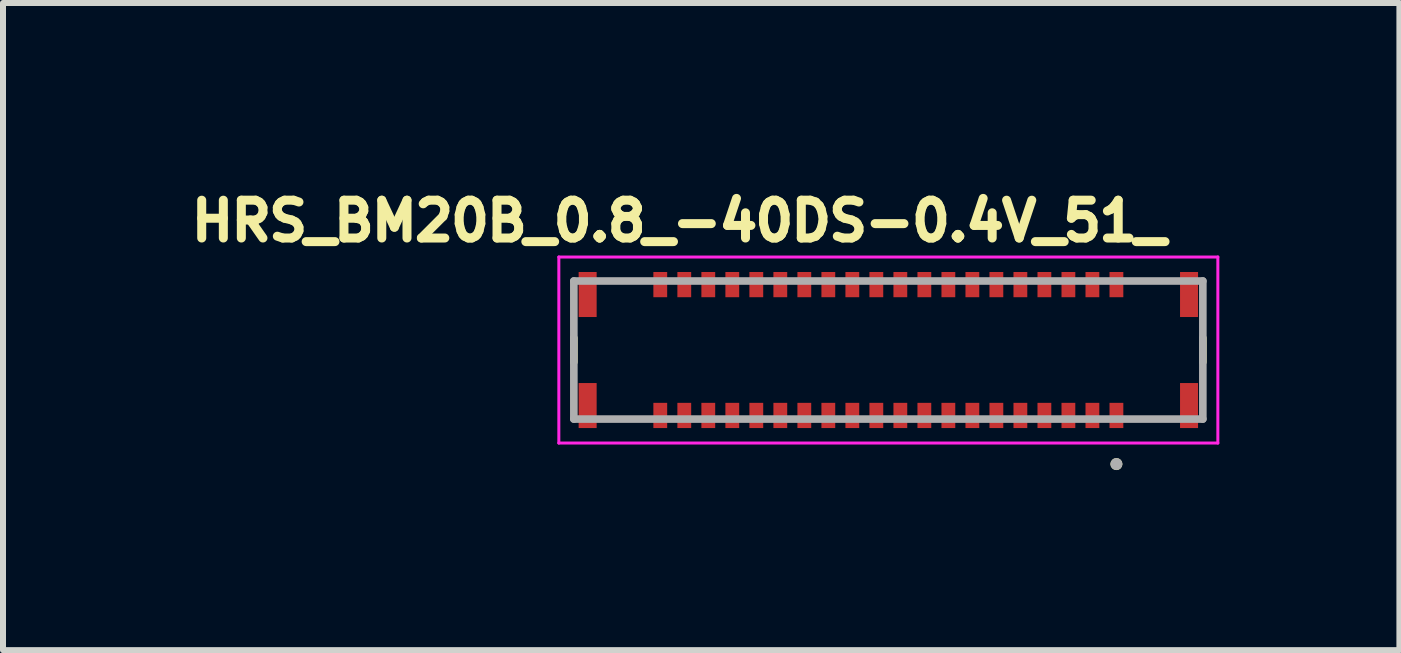
<source format=kicad_pcb>
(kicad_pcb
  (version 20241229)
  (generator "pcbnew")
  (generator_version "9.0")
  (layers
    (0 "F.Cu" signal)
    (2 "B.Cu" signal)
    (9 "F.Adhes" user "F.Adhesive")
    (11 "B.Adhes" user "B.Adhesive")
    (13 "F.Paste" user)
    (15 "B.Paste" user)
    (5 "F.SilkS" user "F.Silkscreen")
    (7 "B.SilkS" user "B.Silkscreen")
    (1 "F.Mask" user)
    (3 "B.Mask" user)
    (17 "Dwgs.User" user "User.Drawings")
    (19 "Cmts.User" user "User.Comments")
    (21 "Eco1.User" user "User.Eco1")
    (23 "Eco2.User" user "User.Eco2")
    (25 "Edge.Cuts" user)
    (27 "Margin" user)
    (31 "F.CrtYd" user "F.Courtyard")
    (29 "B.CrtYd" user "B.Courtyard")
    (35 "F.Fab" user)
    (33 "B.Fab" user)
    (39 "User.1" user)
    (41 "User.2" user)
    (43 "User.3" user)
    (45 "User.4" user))
  (footprint "HRS_BM20B_0.8_-40DS-0.4V_51_"
    (layer "F.Cu")
    (at 11.751 2.782)
    (property "Reference" "HRS_BM20B_0.8_-40DS-0.4V_51_" (at -3.49 -2.15 0) (layer "F.SilkS") (effects (font (size 0.63 0.63) (thickness 0.15))))
    (attr smd)
    (fp_poly (pts (xy -3.965 -1.35) (xy -3.635 -1.35) (xy -3.635 -0.83) (xy -3.965 -0.83)) (stroke (width 0.01) (type solid)) (fill yes) (layer "F.Mask"))
    (fp_poly (pts (xy -3.965 0.83) (xy -3.635 0.83) (xy -3.635 1.35) (xy -3.965 1.35)) (stroke (width 0.01) (type solid)) (fill yes) (layer "F.Mask"))
    (fp_poly (pts (xy -3.565 -1.35) (xy -3.235 -1.35) (xy -3.235 -0.83) (xy -3.565 -0.83)) (stroke (width 0.01) (type solid)) (fill yes) (layer "F.Mask"))
    (fp_poly (pts (xy -3.565 0.83) (xy -3.235 0.83) (xy -3.235 1.35) (xy -3.565 1.35)) (stroke (width 0.01) (type solid)) (fill yes) (layer "F.Mask"))
    (fp_poly (pts (xy -3.165 -1.35) (xy -2.835 -1.35) (xy -2.835 -0.83) (xy -3.165 -0.83)) (stroke (width 0.01) (type solid)) (fill yes) (layer "F.Mask"))
    (fp_poly (pts (xy -3.165 0.83) (xy -2.835 0.83) (xy -2.835 1.35) (xy -3.165 1.35)) (stroke (width 0.01) (type solid)) (fill yes) (layer "F.Mask"))
    (fp_poly (pts (xy -2.765 -1.35) (xy -2.435 -1.35) (xy -2.435 -0.83) (xy -2.765 -0.83)) (stroke (width 0.01) (type solid)) (fill yes) (layer "F.Mask"))
    (fp_poly (pts (xy -2.765 0.83) (xy -2.435 0.83) (xy -2.435 1.35) (xy -2.765 1.35)) (stroke (width 0.01) (type solid)) (fill yes) (layer "F.Mask"))
    (fp_poly (pts (xy -2.365 -1.35) (xy -2.035 -1.35) (xy -2.035 -0.83) (xy -2.365 -0.83)) (stroke (width 0.01) (type solid)) (fill yes) (layer "F.Mask"))
    (fp_poly (pts (xy -2.365 0.83) (xy -2.035 0.83) (xy -2.035 1.35) (xy -2.365 1.35)) (stroke (width 0.01) (type solid)) (fill yes) (layer "F.Mask"))
    (fp_poly (pts (xy -1.965 -1.35) (xy -1.635 -1.35) (xy -1.635 -0.83) (xy -1.965 -0.83)) (stroke (width 0.01) (type solid)) (fill yes) (layer "F.Mask"))
    (fp_poly (pts (xy -1.965 0.83) (xy -1.635 0.83) (xy -1.635 1.35) (xy -1.965 1.35)) (stroke (width 0.01) (type solid)) (fill yes) (layer "F.Mask"))
    (fp_poly (pts (xy -1.565 -1.35) (xy -1.235 -1.35) (xy -1.235 -0.83) (xy -1.565 -0.83)) (stroke (width 0.01) (type solid)) (fill yes) (layer "F.Mask"))
    (fp_poly (pts (xy -1.565 0.83) (xy -1.235 0.83) (xy -1.235 1.35) (xy -1.565 1.35)) (stroke (width 0.01) (type solid)) (fill yes) (layer "F.Mask"))
    (fp_poly (pts (xy -1.165 -1.35) (xy -0.835 -1.35) (xy -0.835 -0.83) (xy -1.165 -0.83)) (stroke (width 0.01) (type solid)) (fill yes) (layer "F.Mask"))
    (fp_poly (pts (xy -1.165 0.83) (xy -0.835 0.83) (xy -0.835 1.35) (xy -1.165 1.35)) (stroke (width 0.01) (type solid)) (fill yes) (layer "F.Mask"))
    (fp_poly (pts (xy -0.765 -1.35) (xy -0.435 -1.35) (xy -0.435 -0.83) (xy -0.765 -0.83)) (stroke (width 0.01) (type solid)) (fill yes) (layer "F.Mask"))
    (fp_poly (pts (xy -0.765 0.83) (xy -0.435 0.83) (xy -0.435 1.35) (xy -0.765 1.35)) (stroke (width 0.01) (type solid)) (fill yes) (layer "F.Mask"))
    (fp_poly (pts (xy -0.365 -1.35) (xy -0.035 -1.35) (xy -0.035 -0.83) (xy -0.365 -0.83)) (stroke (width 0.01) (type solid)) (fill yes) (layer "F.Mask"))
    (fp_poly (pts (xy -0.365 0.83) (xy -0.035 0.83) (xy -0.035 1.35) (xy -0.365 1.35)) (stroke (width 0.01) (type solid)) (fill yes) (layer "F.Mask"))
    (fp_poly (pts (xy 0.035 -1.35) (xy 0.365 -1.35) (xy 0.365 -0.83) (xy 0.035 -0.83)) (stroke (width 0.01) (type solid)) (fill yes) (layer "F.Mask"))
    (fp_poly (pts (xy 0.035 0.83) (xy 0.365 0.83) (xy 0.365 1.35) (xy 0.035 1.35)) (stroke (width 0.01) (type solid)) (fill yes) (layer "F.Mask"))
    (fp_poly (pts (xy 0.435 -1.35) (xy 0.765 -1.35) (xy 0.765 -0.83) (xy 0.435 -0.83)) (stroke (width 0.01) (type solid)) (fill yes) (layer "F.Mask"))
    (fp_poly (pts (xy 0.435 0.83) (xy 0.765 0.83) (xy 0.765 1.35) (xy 0.435 1.35)) (stroke (width 0.01) (type solid)) (fill yes) (layer "F.Mask"))
    (fp_poly (pts (xy 0.835 -1.35) (xy 1.165 -1.35) (xy 1.165 -0.83) (xy 0.835 -0.83)) (stroke (width 0.01) (type solid)) (fill yes) (layer "F.Mask"))
    (fp_poly (pts (xy 0.835 0.83) (xy 1.165 0.83) (xy 1.165 1.35) (xy 0.835 1.35)) (stroke (width 0.01) (type solid)) (fill yes) (layer "F.Mask"))
    (fp_poly (pts (xy 1.235 -1.35) (xy 1.565 -1.35) (xy 1.565 -0.83) (xy 1.235 -0.83)) (stroke (width 0.01) (type solid)) (fill yes) (layer "F.Mask"))
    (fp_poly (pts (xy 1.235 0.83) (xy 1.565 0.83) (xy 1.565 1.35) (xy 1.235 1.35)) (stroke (width 0.01) (type solid)) (fill yes) (layer "F.Mask"))
    (fp_poly (pts (xy 1.635 -1.35) (xy 1.965 -1.35) (xy 1.965 -0.83) (xy 1.635 -0.83)) (stroke (width 0.01) (type solid)) (fill yes) (layer "F.Mask"))
    (fp_poly (pts (xy 1.635 0.83) (xy 1.965 0.83) (xy 1.965 1.35) (xy 1.635 1.35)) (stroke (width 0.01) (type solid)) (fill yes) (layer "F.Mask"))
    (fp_poly (pts (xy 2.035 -1.35) (xy 2.365 -1.35) (xy 2.365 -0.83) (xy 2.035 -0.83)) (stroke (width 0.01) (type solid)) (fill yes) (layer "F.Mask"))
    (fp_poly (pts (xy 2.035 0.83) (xy 2.365 0.83) (xy 2.365 1.35) (xy 2.035 1.35)) (stroke (width 0.01) (type solid)) (fill yes) (layer "F.Mask"))
    (fp_poly (pts (xy 2.435 -1.35) (xy 2.765 -1.35) (xy 2.765 -0.83) (xy 2.435 -0.83)) (stroke (width 0.01) (type solid)) (fill yes) (layer "F.Mask"))
    (fp_poly (pts (xy 2.435 0.83) (xy 2.765 0.83) (xy 2.765 1.35) (xy 2.435 1.35)) (stroke (width 0.01) (type solid)) (fill yes) (layer "F.Mask"))
    (fp_poly (pts (xy 2.835 -1.35) (xy 3.165 -1.35) (xy 3.165 -0.83) (xy 2.835 -0.83)) (stroke (width 0.01) (type solid)) (fill yes) (layer "F.Mask"))
    (fp_poly (pts (xy 2.835 0.83) (xy 3.165 0.83) (xy 3.165 1.35) (xy 2.835 1.35)) (stroke (width 0.01) (type solid)) (fill yes) (layer "F.Mask"))
    (fp_poly (pts (xy 3.235 -1.35) (xy 3.565 -1.35) (xy 3.565 -0.83) (xy 3.235 -0.83)) (stroke (width 0.01) (type solid)) (fill yes) (layer "F.Mask"))
    (fp_poly (pts (xy 3.235 0.83) (xy 3.565 0.83) (xy 3.565 1.35) (xy 3.235 1.35)) (stroke (width 0.01) (type solid)) (fill yes) (layer "F.Mask"))
    (fp_poly (pts (xy 3.635 -1.35) (xy 3.965 -1.35) (xy 3.965 -0.83) (xy 3.635 -0.83)) (stroke (width 0.01) (type solid)) (fill yes) (layer "F.Mask"))
    (fp_poly (pts (xy 3.635 0.83) (xy 3.965 0.83) (xy 3.965 1.35) (xy 3.635 1.35)) (stroke (width 0.01) (type solid)) (fill yes) (layer "F.Mask"))
    (fp_line (start -5.24 0.2) (end -5.24 -0.2) (stroke (width 0.127) (type solid)) (layer "F.SilkS"))
    (fp_line (start 5.24 -0.2) (end 5.24 0.2) (stroke (width 0.127) (type solid)) (layer "F.SilkS"))
    (fp_circle (center 3.8 1.9) (end 3.85 1.9) (stroke (width 0.1) (type solid)) (fill no) (layer "F.SilkS"))
    (fp_poly (pts (xy -3.915 -1.3) (xy -3.685 -1.3) (xy -3.685 -1) (xy -3.915 -1)) (stroke (width 0.01) (type solid)) (fill yes) (layer "F.Paste"))
    (fp_poly (pts (xy -3.915 1) (xy -3.685 1) (xy -3.685 1.3) (xy -3.915 1.3)) (stroke (width 0.01) (type solid)) (fill yes) (layer "F.Paste"))
    (fp_poly (pts (xy -3.515 -1.3) (xy -3.285 -1.3) (xy -3.285 -1) (xy -3.515 -1)) (stroke (width 0.01) (type solid)) (fill yes) (layer "F.Paste"))
    (fp_poly (pts (xy -3.515 1) (xy -3.285 1) (xy -3.285 1.3) (xy -3.515 1.3)) (stroke (width 0.01) (type solid)) (fill yes) (layer "F.Paste"))
    (fp_poly (pts (xy -3.115 -1.3) (xy -2.885 -1.3) (xy -2.885 -1) (xy -3.115 -1)) (stroke (width 0.01) (type solid)) (fill yes) (layer "F.Paste"))
    (fp_poly (pts (xy -3.115 1) (xy -2.885 1) (xy -2.885 1.3) (xy -3.115 1.3)) (stroke (width 0.01) (type solid)) (fill yes) (layer "F.Paste"))
    (fp_poly (pts (xy -2.715 -1.3) (xy -2.485 -1.3) (xy -2.485 -1) (xy -2.715 -1)) (stroke (width 0.01) (type solid)) (fill yes) (layer "F.Paste"))
    (fp_poly (pts (xy -2.715 1) (xy -2.485 1) (xy -2.485 1.3) (xy -2.715 1.3)) (stroke (width 0.01) (type solid)) (fill yes) (layer "F.Paste"))
    (fp_poly (pts (xy -2.315 -1.3) (xy -2.085 -1.3) (xy -2.085 -1) (xy -2.315 -1)) (stroke (width 0.01) (type solid)) (fill yes) (layer "F.Paste"))
    (fp_poly (pts (xy -2.315 1) (xy -2.085 1) (xy -2.085 1.3) (xy -2.315 1.3)) (stroke (width 0.01) (type solid)) (fill yes) (layer "F.Paste"))
    (fp_poly (pts (xy -1.915 -1.3) (xy -1.685 -1.3) (xy -1.685 -1) (xy -1.915 -1)) (stroke (width 0.01) (type solid)) (fill yes) (layer "F.Paste"))
    (fp_poly (pts (xy -1.915 1) (xy -1.685 1) (xy -1.685 1.3) (xy -1.915 1.3)) (stroke (width 0.01) (type solid)) (fill yes) (layer "F.Paste"))
    (fp_poly (pts (xy -1.515 -1.3) (xy -1.285 -1.3) (xy -1.285 -1) (xy -1.515 -1)) (stroke (width 0.01) (type solid)) (fill yes) (layer "F.Paste"))
    (fp_poly (pts (xy -1.515 1) (xy -1.285 1) (xy -1.285 1.3) (xy -1.515 1.3)) (stroke (width 0.01) (type solid)) (fill yes) (layer "F.Paste"))
    (fp_poly (pts (xy -1.115 -1.3) (xy -0.885 -1.3) (xy -0.885 -1) (xy -1.115 -1)) (stroke (width 0.01) (type solid)) (fill yes) (layer "F.Paste"))
    (fp_poly (pts (xy -1.115 1) (xy -0.885 1) (xy -0.885 1.3) (xy -1.115 1.3)) (stroke (width 0.01) (type solid)) (fill yes) (layer "F.Paste"))
    (fp_poly (pts (xy -0.715 -1.3) (xy -0.485 -1.3) (xy -0.485 -1) (xy -0.715 -1)) (stroke (width 0.01) (type solid)) (fill yes) (layer "F.Paste"))
    (fp_poly (pts (xy -0.715 1) (xy -0.485 1) (xy -0.485 1.3) (xy -0.715 1.3)) (stroke (width 0.01) (type solid)) (fill yes) (layer "F.Paste"))
    (fp_poly (pts (xy -0.315 -1.3) (xy -0.085 -1.3) (xy -0.085 -1) (xy -0.315 -1)) (stroke (width 0.01) (type solid)) (fill yes) (layer "F.Paste"))
    (fp_poly (pts (xy -0.315 1) (xy -0.085 1) (xy -0.085 1.3) (xy -0.315 1.3)) (stroke (width 0.01) (type solid)) (fill yes) (layer "F.Paste"))
    (fp_poly (pts (xy 0.085 -1.3) (xy 0.315 -1.3) (xy 0.315 -1) (xy 0.085 -1)) (stroke (width 0.01) (type solid)) (fill yes) (layer "F.Paste"))
    (fp_poly (pts (xy 0.085 1) (xy 0.315 1) (xy 0.315 1.3) (xy 0.085 1.3)) (stroke (width 0.01) (type solid)) (fill yes) (layer "F.Paste"))
    (fp_poly (pts (xy 0.485 -1.3) (xy 0.715 -1.3) (xy 0.715 -1) (xy 0.485 -1)) (stroke (width 0.01) (type solid)) (fill yes) (layer "F.Paste"))
    (fp_poly (pts (xy 0.485 1) (xy 0.715 1) (xy 0.715 1.3) (xy 0.485 1.3)) (stroke (width 0.01) (type solid)) (fill yes) (layer "F.Paste"))
    (fp_poly (pts (xy 0.885 -1.3) (xy 1.115 -1.3) (xy 1.115 -1) (xy 0.885 -1)) (stroke (width 0.01) (type solid)) (fill yes) (layer "F.Paste"))
    (fp_poly (pts (xy 0.885 1) (xy 1.115 1) (xy 1.115 1.3) (xy 0.885 1.3)) (stroke (width 0.01) (type solid)) (fill yes) (layer "F.Paste"))
    (fp_poly (pts (xy 1.285 -1.3) (xy 1.515 -1.3) (xy 1.515 -1) (xy 1.285 -1)) (stroke (width 0.01) (type solid)) (fill yes) (layer "F.Paste"))
    (fp_poly (pts (xy 1.285 1) (xy 1.515 1) (xy 1.515 1.3) (xy 1.285 1.3)) (stroke (width 0.01) (type solid)) (fill yes) (layer "F.Paste"))
    (fp_poly (pts (xy 1.685 -1.3) (xy 1.915 -1.3) (xy 1.915 -1) (xy 1.685 -1)) (stroke (width 0.01) (type solid)) (fill yes) (layer "F.Paste"))
    (fp_poly (pts (xy 1.685 1) (xy 1.915 1) (xy 1.915 1.3) (xy 1.685 1.3)) (stroke (width 0.01) (type solid)) (fill yes) (layer "F.Paste"))
    (fp_poly (pts (xy 2.085 -1.3) (xy 2.315 -1.3) (xy 2.315 -1) (xy 2.085 -1)) (stroke (width 0.01) (type solid)) (fill yes) (layer "F.Paste"))
    (fp_poly (pts (xy 2.085 1) (xy 2.315 1) (xy 2.315 1.3) (xy 2.085 1.3)) (stroke (width 0.01) (type solid)) (fill yes) (layer "F.Paste"))
    (fp_poly (pts (xy 2.485 -1.3) (xy 2.715 -1.3) (xy 2.715 -1) (xy 2.485 -1)) (stroke (width 0.01) (type solid)) (fill yes) (layer "F.Paste"))
    (fp_poly (pts (xy 2.485 1) (xy 2.715 1) (xy 2.715 1.3) (xy 2.485 1.3)) (stroke (width 0.01) (type solid)) (fill yes) (layer "F.Paste"))
    (fp_poly (pts (xy 2.885 -1.3) (xy 3.115 -1.3) (xy 3.115 -1) (xy 2.885 -1)) (stroke (width 0.01) (type solid)) (fill yes) (layer "F.Paste"))
    (fp_poly (pts (xy 2.885 1) (xy 3.115 1) (xy 3.115 1.3) (xy 2.885 1.3)) (stroke (width 0.01) (type solid)) (fill yes) (layer "F.Paste"))
    (fp_poly (pts (xy 3.285 -1.3) (xy 3.515 -1.3) (xy 3.515 -1) (xy 3.285 -1)) (stroke (width 0.01) (type solid)) (fill yes) (layer "F.Paste"))
    (fp_poly (pts (xy 3.285 1) (xy 3.515 1) (xy 3.515 1.3) (xy 3.285 1.3)) (stroke (width 0.01) (type solid)) (fill yes) (layer "F.Paste"))
    (fp_poly (pts (xy 3.685 -1.3) (xy 3.915 -1.3) (xy 3.915 -1) (xy 3.685 -1)) (stroke (width 0.01) (type solid)) (fill yes) (layer "F.Paste"))
    (fp_poly (pts (xy 3.685 1) (xy 3.915 1) (xy 3.915 1.3) (xy 3.685 1.3)) (stroke (width 0.01) (type solid)) (fill yes) (layer "F.Paste"))
    (fp_line (start -5.49 -1.55) (end -5.49 1.55) (stroke (width 0.05) (type solid)) (layer "F.CrtYd"))
    (fp_line (start -5.49 1.55) (end 5.49 1.55) (stroke (width 0.05) (type solid)) (layer "F.CrtYd"))
    (fp_line (start 5.49 -1.55) (end -5.49 -1.55) (stroke (width 0.05) (type solid)) (layer "F.CrtYd"))
    (fp_line (start 5.49 1.55) (end 5.49 -1.55) (stroke (width 0.05) (type solid)) (layer "F.CrtYd"))
    (fp_line (start -5.24 -1.15) (end 5.24 -1.15) (stroke (width 0.127) (type solid)) (layer "F.Fab"))
    (fp_line (start -5.24 1.15) (end -5.24 -1.15) (stroke (width 0.127) (type solid)) (layer "F.Fab"))
    (fp_line (start 5.24 -1.15) (end 5.24 1.15) (stroke (width 0.127) (type solid)) (layer "F.Fab"))
    (fp_line (start 5.24 1.15) (end -5.24 1.15) (stroke (width 0.127) (type solid)) (layer "F.Fab"))
    (fp_circle (center 3.8 1.9) (end 3.85 1.9) (stroke (width 0.1) (type solid)) (fill no) (layer "F.Fab"))
    (pad "1" smd rect (at 3.8 1.09) (size 0.23 0.42) (layers "F.Cu"))
    (pad "2" smd rect (at 3.4 1.09) (size 0.23 0.42) (layers "F.Cu"))
    (pad "3" smd rect (at 3 1.09) (size 0.23 0.42) (layers "F.Cu"))
    (pad "4" smd rect (at 2.6 1.09) (size 0.23 0.42) (layers "F.Cu"))
    (pad "5" smd rect (at 2.2 1.09) (size 0.23 0.42) (layers "F.Cu"))
    (pad "6" smd rect (at 1.8 1.09) (size 0.23 0.42) (layers "F.Cu"))
    (pad "7" smd rect (at 1.4 1.09) (size 0.23 0.42) (layers "F.Cu"))
    (pad "8" smd rect (at 1 1.09) (size 0.23 0.42) (layers "F.Cu"))
    (pad "9" smd rect (at 0.6 1.09) (size 0.23 0.42) (layers "F.Cu"))
    (pad "10" smd rect (at 0.2 1.09) (size 0.23 0.42) (layers "F.Cu"))
    (pad "11" smd rect (at -0.2 1.09) (size 0.23 0.42) (layers "F.Cu"))
    (pad "12" smd rect (at -0.6 1.09) (size 0.23 0.42) (layers "F.Cu"))
    (pad "13" smd rect (at -1 1.09) (size 0.23 0.42) (layers "F.Cu"))
    (pad "14" smd rect (at -1.4 1.09) (size 0.23 0.42) (layers "F.Cu"))
    (pad "15" smd rect (at -1.8 1.09) (size 0.23 0.42) (layers "F.Cu"))
    (pad "16" smd rect (at -2.2 1.09) (size 0.23 0.42) (layers "F.Cu"))
    (pad "17" smd rect (at -2.6 1.09) (size 0.23 0.42) (layers "F.Cu"))
    (pad "18" smd rect (at -3 1.09) (size 0.23 0.42) (layers "F.Cu"))
    (pad "19" smd rect (at -3.4 1.09) (size 0.23 0.42) (layers "F.Cu"))
    (pad "20" smd rect (at -3.8 1.09) (size 0.23 0.42) (layers "F.Cu"))
    (pad "21" smd rect (at -3.8 -1.09) (size 0.23 0.42) (layers "F.Cu"))
    (pad "22" smd rect (at -3.4 -1.09) (size 0.23 0.42) (layers "F.Cu"))
    (pad "23" smd rect (at -3 -1.09) (size 0.23 0.42) (layers "F.Cu"))
    (pad "24" smd rect (at -2.6 -1.09) (size 0.23 0.42) (layers "F.Cu"))
    (pad "25" smd rect (at -2.2 -1.09) (size 0.23 0.42) (layers "F.Cu"))
    (pad "26" smd rect (at -1.8 -1.09) (size 0.23 0.42) (layers "F.Cu"))
    (pad "27" smd rect (at -1.4 -1.09) (size 0.23 0.42) (layers "F.Cu"))
    (pad "28" smd rect (at -1 -1.09) (size 0.23 0.42) (layers "F.Cu"))
    (pad "29" smd rect (at -0.6 -1.09) (size 0.23 0.42) (layers "F.Cu"))
    (pad "30" smd rect (at -0.2 -1.09) (size 0.23 0.42) (layers "F.Cu"))
    (pad "31" smd rect (at 0.2 -1.09) (size 0.23 0.42) (layers "F.Cu"))
    (pad "32" smd rect (at 0.6 -1.09) (size 0.23 0.42) (layers "F.Cu"))
    (pad "33" smd rect (at 1 -1.09) (size 0.23 0.42) (layers "F.Cu"))
    (pad "34" smd rect (at 1.4 -1.09) (size 0.23 0.42) (layers "F.Cu"))
    (pad "35" smd rect (at 1.8 -1.09) (size 0.23 0.42) (layers "F.Cu"))
    (pad "36" smd rect (at 2.2 -1.09) (size 0.23 0.42) (layers "F.Cu"))
    (pad "37" smd rect (at 2.6 -1.09) (size 0.23 0.42) (layers "F.Cu"))
    (pad "38" smd rect (at 3 -1.09) (size 0.23 0.42) (layers "F.Cu"))
    (pad "39" smd rect (at 3.4 -1.09) (size 0.23 0.42) (layers "F.Cu"))
    (pad "40" smd rect (at 3.8 -1.09) (size 0.23 0.42) (layers "F.Cu"))
    (pad "S1" smd rect (at 5.01 0.925) (size 0.3 0.75) (layers "F.Cu" "F.Mask" "F.Paste"))
    (pad "S2" smd rect (at 5.01 -0.925) (size 0.3 0.75) (layers "F.Cu" "F.Mask" "F.Paste"))
    (pad "S3" smd rect (at -5.01 0.925) (size 0.3 0.75) (layers "F.Cu" "F.Mask" "F.Paste"))
    (pad "S4" smd rect (at -5.01 -0.925) (size 0.3 0.75) (layers "F.Cu" "F.Mask" "F.Paste")))
  (gr_rect
    (start -3 -3)
    (end 20.266 7.782)
    (stroke (width 0.1) (type default))
    (fill no)
    (layer "Edge.Cuts")))
</source>
